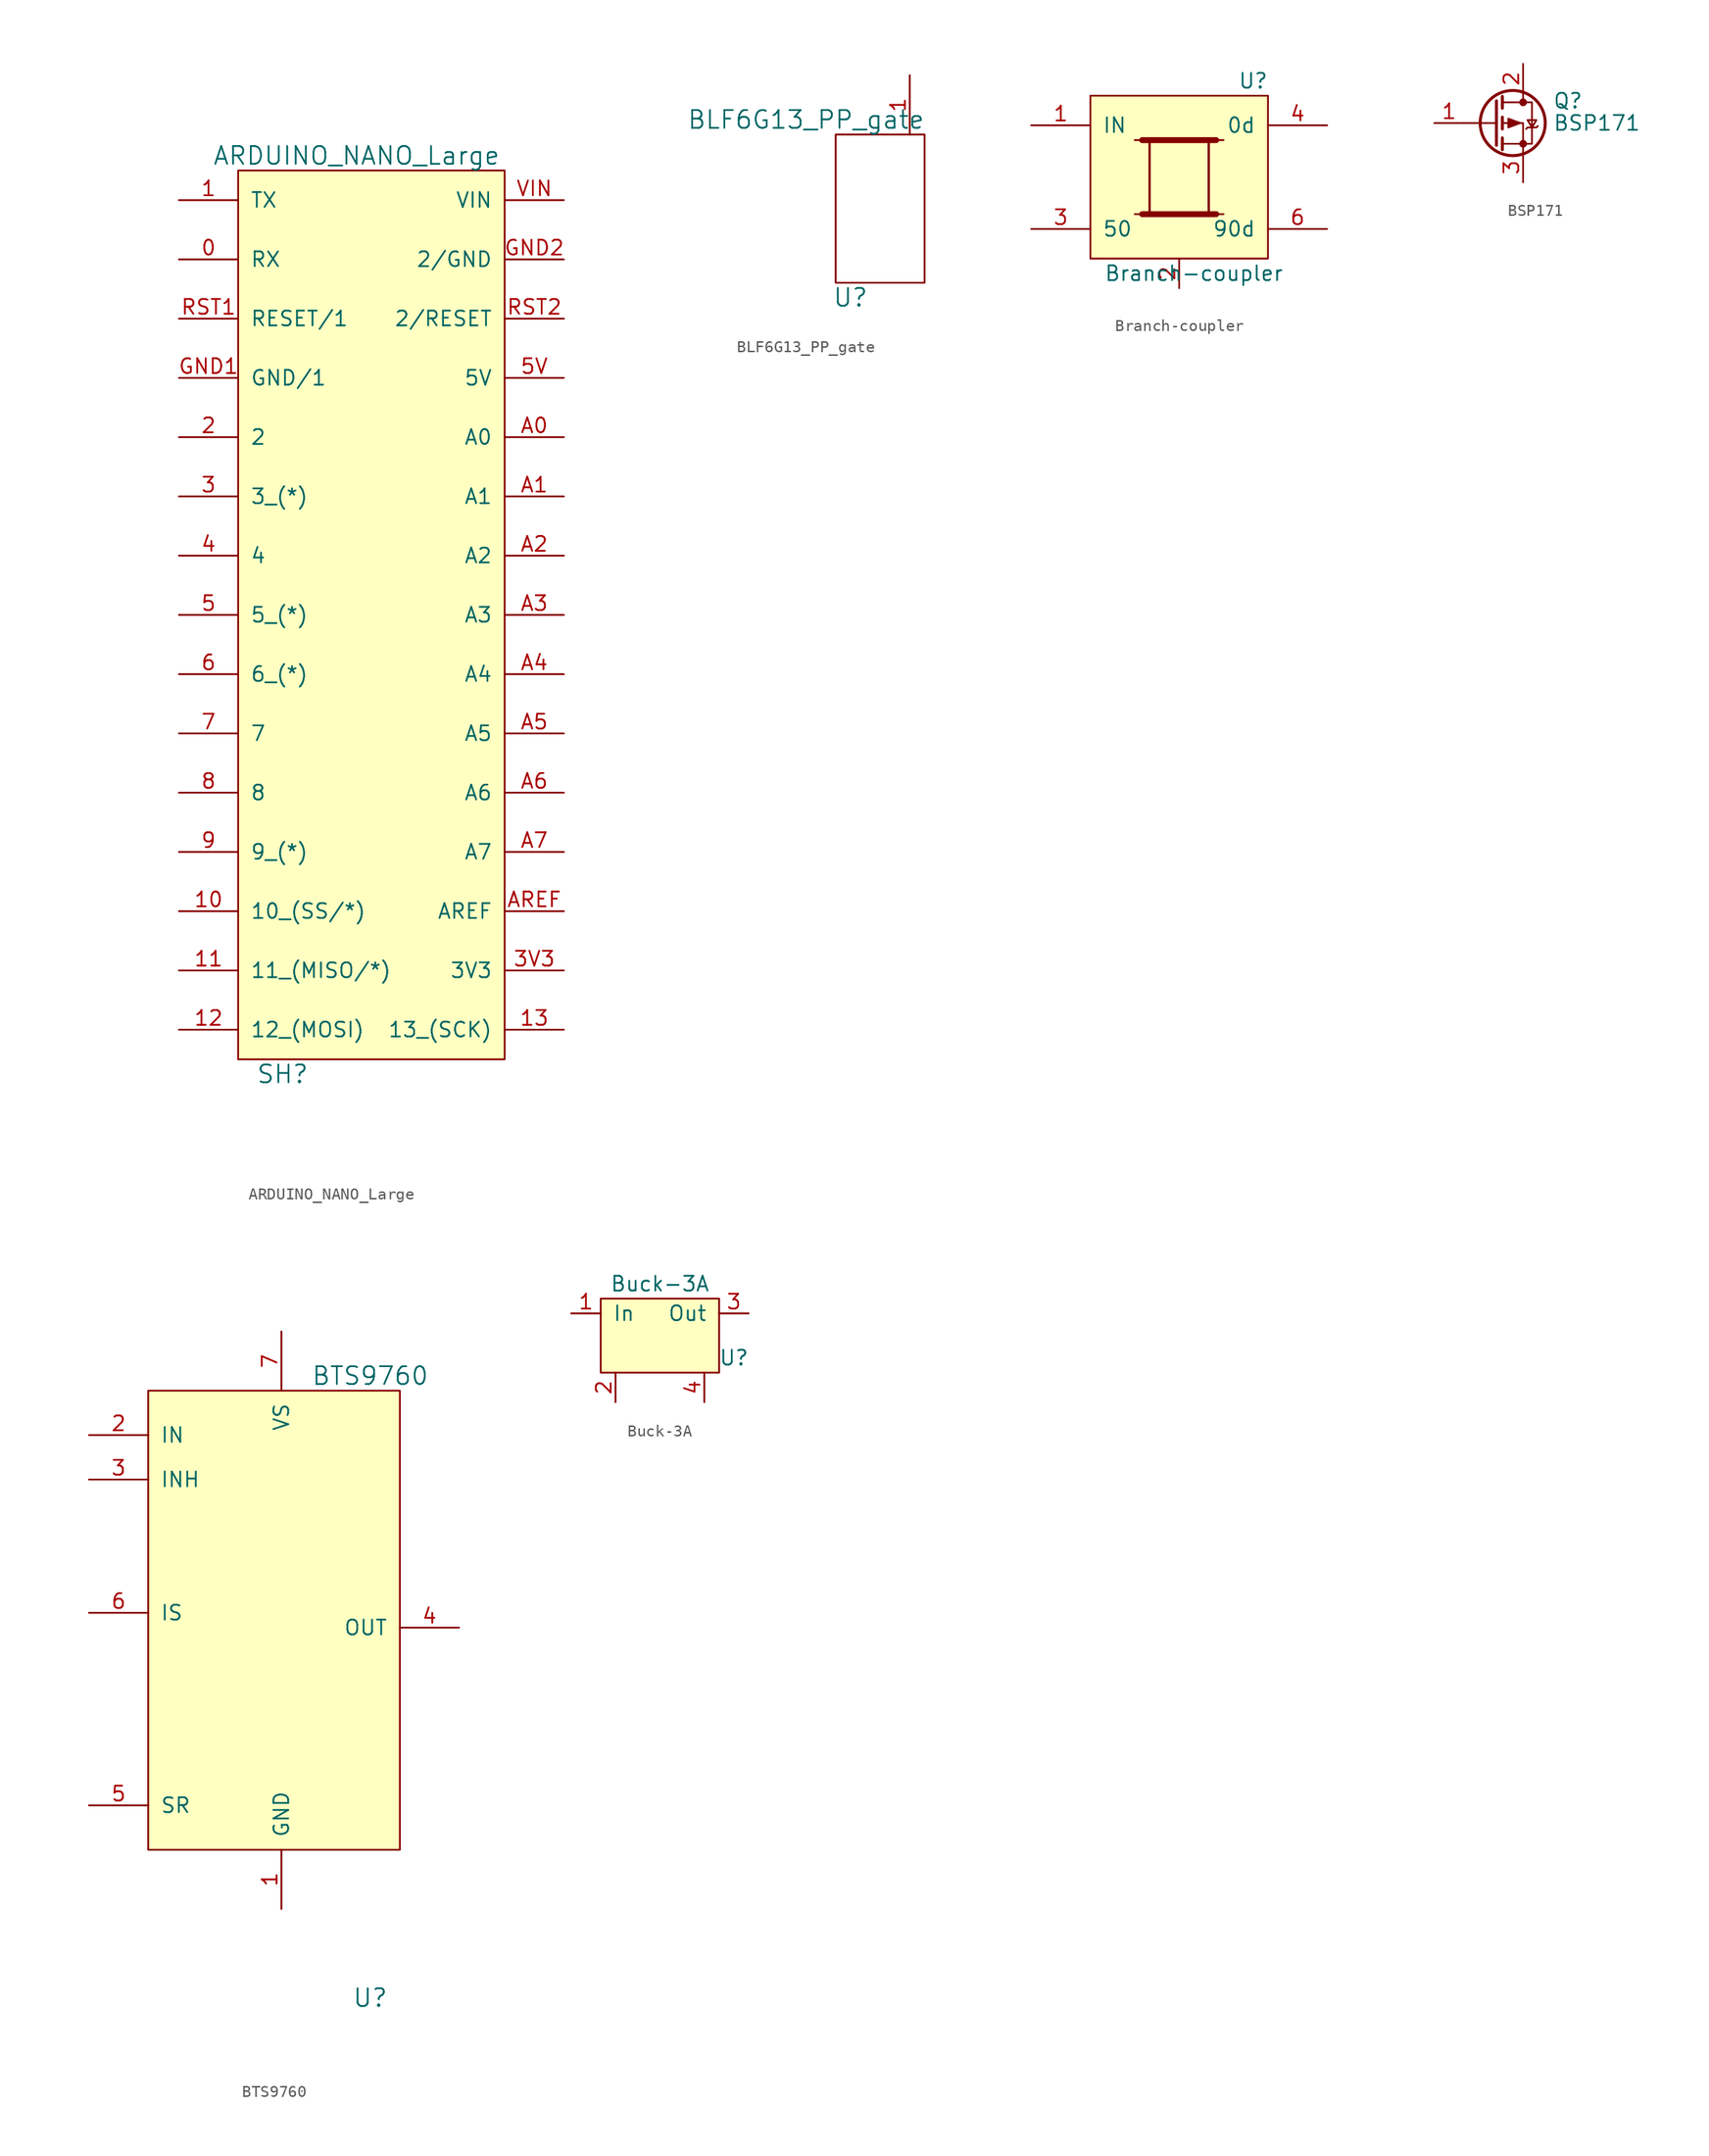
<source format=kicad_sym>
(kicad_symbol_lib
  (version 20211014)
  (generator kicad_symbol_editor)
  (symbol "ARDUINO_NANO_Large"
    (pin_names
      (offset 1.016))
    (property "Reference" "SH"
      (at -7.62 -39.37 0)
      (effects (font (size 1.524 1.524))))
    (property "Value" "ARDUINO_NANO_Large"
      (at -1.27 39.37 0)
      (effects (font (size 1.524 1.524))))
    (property "Footprint" ""
      (at -23.495 -21.59 0)
      (effects (font (size 1.524 1.524))))
    (property "Datasheet" ""
      (at -23.495 -21.59 0)
      (effects (font (size 1.524 1.524))))
    (symbol "ARDUINO_NANO_Large_0_1"
      (rectangle (start -11.43 -38.1) (end 11.43 38.1) (stroke (width 0) (type default) (color 0 0 0 0)) (fill (type background))))
    (symbol "ARDUINO_NANO_Large_1_1"
      (pin input line (at -16.51 30.48 0) (length 5.08) (name "RX" (effects (font (size 1.27 1.27)))) (number "0" (effects (font (size 1.27 1.27)))))
      (pin input line (at -16.51 35.56 0) (length 5.08) (name "TX" (effects (font (size 1.27 1.27)))) (number "1" (effects (font (size 1.27 1.27)))))
      (pin input line (at -16.51 -25.4 0) (length 5.08) (name "10_(SS/*)" (effects (font (size 1.27 1.27)))) (number "10" (effects (font (size 1.27 1.27)))))
      (pin input line (at -16.51 -30.48 0) (length 5.08) (name "11_(MISO/*)" (effects (font (size 1.27 1.27)))) (number "11" (effects (font (size 1.27 1.27)))))
      (pin input line (at -16.51 -35.56 0) (length 5.08) (name "12_(MOSI)" (effects (font (size 1.27 1.27)))) (number "12" (effects (font (size 1.27 1.27)))))
      (pin input line (at 16.51 -35.56 180) (length 5.08) (name "13_(SCK)" (effects (font (size 1.27 1.27)))) (number "13" (effects (font (size 1.27 1.27)))))
      (pin input line (at -16.51 15.24 0) (length 5.08) (name "2" (effects (font (size 1.27 1.27)))) (number "2" (effects (font (size 1.27 1.27)))))
      (pin input line (at -16.51 10.16 0) (length 5.08) (name "3_(*)" (effects (font (size 1.27 1.27)))) (number "3" (effects (font (size 1.27 1.27)))))
      (pin input line (at 16.51 -30.48 180) (length 5.08) (name "3V3" (effects (font (size 1.27 1.27)))) (number "3V3" (effects (font (size 1.27 1.27)))))
      (pin input line (at -16.51 5.08 0) (length 5.08) (name "4" (effects (font (size 1.27 1.27)))) (number "4" (effects (font (size 1.27 1.27)))))
      (pin input line (at -16.51 0 0) (length 5.08) (name "5_(*)" (effects (font (size 1.27 1.27)))) (number "5" (effects (font (size 1.27 1.27)))))
      (pin input line (at 16.51 20.32 180) (length 5.08) (name "5V" (effects (font (size 1.27 1.27)))) (number "5V" (effects (font (size 1.27 1.27)))))
      (pin input line (at -16.51 -5.08 0) (length 5.08) (name "6_(*)" (effects (font (size 1.27 1.27)))) (number "6" (effects (font (size 1.27 1.27)))))
      (pin input line (at -16.51 -10.16 0) (length 5.08) (name "7" (effects (font (size 1.27 1.27)))) (number "7" (effects (font (size 1.27 1.27)))))
      (pin input line (at -16.51 -15.24 0) (length 5.08) (name "8" (effects (font (size 1.27 1.27)))) (number "8" (effects (font (size 1.27 1.27)))))
      (pin input line (at -16.51 -20.32 0) (length 5.08) (name "9_(*)" (effects (font (size 1.27 1.27)))) (number "9" (effects (font (size 1.27 1.27)))))
      (pin input line (at 16.51 15.24 180) (length 5.08) (name "A0" (effects (font (size 1.27 1.27)))) (number "A0" (effects (font (size 1.27 1.27)))))
      (pin input line (at 16.51 10.16 180) (length 5.08) (name "A1" (effects (font (size 1.27 1.27)))) (number "A1" (effects (font (size 1.27 1.27)))))
      (pin input line (at 16.51 5.08 180) (length 5.08) (name "A2" (effects (font (size 1.27 1.27)))) (number "A2" (effects (font (size 1.27 1.27)))))
      (pin input line (at 16.51 0 180) (length 5.08) (name "A3" (effects (font (size 1.27 1.27)))) (number "A3" (effects (font (size 1.27 1.27)))))
      (pin input line (at 16.51 -5.08 180) (length 5.08) (name "A4" (effects (font (size 1.27 1.27)))) (number "A4" (effects (font (size 1.27 1.27)))))
      (pin input line (at 16.51 -10.16 180) (length 5.08) (name "A5" (effects (font (size 1.27 1.27)))) (number "A5" (effects (font (size 1.27 1.27)))))
      (pin input line (at 16.51 -15.24 180) (length 5.08) (name "A6" (effects (font (size 1.27 1.27)))) (number "A6" (effects (font (size 1.27 1.27)))))
      (pin input line (at 16.51 -20.32 180) (length 5.08) (name "A7" (effects (font (size 1.27 1.27)))) (number "A7" (effects (font (size 1.27 1.27)))))
      (pin input line (at 16.51 -25.4 180) (length 5.08) (name "AREF" (effects (font (size 1.27 1.27)))) (number "AREF" (effects (font (size 1.27 1.27)))))
      (pin input line (at -16.51 20.32 0) (length 5.08) (name "GND/1" (effects (font (size 1.27 1.27)))) (number "GND1" (effects (font (size 1.27 1.27)))))
      (pin input line (at 16.51 30.48 180) (length 5.08) (name "2/GND" (effects (font (size 1.27 1.27)))) (number "GND2" (effects (font (size 1.27 1.27)))))
      (pin input line (at -16.51 25.4 0) (length 5.08) (name "RESET/1" (effects (font (size 1.27 1.27)))) (number "RST1" (effects (font (size 1.27 1.27)))))
      (pin input line (at 16.51 25.4 180) (length 5.08) (name "2/RESET" (effects (font (size 1.27 1.27)))) (number "RST2" (effects (font (size 1.27 1.27)))))
      (pin input line (at 16.51 35.56 180) (length 5.08) (name "VIN" (effects (font (size 1.27 1.27)))) (number "VIN" (effects (font (size 1.27 1.27)))))))
  (symbol "BLF6G13_PP_gate"
    (pin_names
      (offset 1.016))
    (property "Reference" "U"
      (at -2.54 -7.62 0)
      (effects (font (size 1.524 1.524))))
    (property "Value" "BLF6G13_PP_gate"
      (at -6.35 7.62 0)
      (effects (font (size 1.524 1.524))))
    (symbol "BLF6G13_PP_gate_0_1"
      (rectangle (start -3.81 6.35) (end 3.81 -6.35) (stroke (width 0) (type default) (color 0 0 0 0)) (fill (type none))))
    (symbol "BLF6G13_PP_gate_1_1"
      (pin input line (at 2.54 11.43 270) (length 5.08) (name "~" (effects (font (size 1.27 1.27)))) (number "1" (effects (font (size 1.27 1.27)))))))
  (symbol "Branch-coupler"
    (pin_names
      (offset 1.016))
    (property "Reference" "U"
      (at 8.89 10.16 0)
      (effects (font (size 1.27 1.27))))
    (property "Value" "Branch-coupler"
      (at 3.81 -6.35 0)
      (effects (font (size 1.27 1.27))))
    (symbol "Branch-coupler_0_1"
      (rectangle (start -5.08 8.89) (end 10.16 -5.08) (stroke (width 0) (type default) (color 0 0 0 0)) (fill (type background)))
      (polyline (pts (xy -1.27 -1.27) (xy 6.35 -1.27)) (stroke (width 0) (type default) (color 0 0 0 0)) (fill (type none)))
      (polyline (pts (xy -1.27 5.08) (xy 6.35 5.08)) (stroke (width 0) (type default) (color 0 0 0 0)) (fill (type none)))
      (polyline (pts (xy -0.635 -1.27) (xy 5.715 -1.27)) (stroke (width 0.508) (type default) (color 0 0 0 0)) (fill (type none)))
      (polyline (pts (xy -0.635 5.08) (xy 5.715 5.08)) (stroke (width 0.508) (type default) (color 0 0 0 0)) (fill (type none)))
      (polyline (pts (xy 0 5.08) (xy 0 -1.27)) (stroke (width 0.203) (type default) (color 0 0 0 0)) (fill (type none)))
      (polyline (pts (xy 5.08 5.08) (xy 5.08 -1.27)) (stroke (width 0.203) (type default) (color 0 0 0 0)) (fill (type none))))
    (symbol "Branch-coupler_1_1"
      (pin input line (at -10.16 6.35 0) (length 5.08) (name "IN" (effects (font (size 1.27 1.27)))) (number "1" (effects (font (size 1.27 1.27)))))
      (pin power_in line (at 2.54 -7.62 90) (length 2.54) (name "~" (effects (font (size 1.27 1.27)))) (number "2" (effects (font (size 1.27 1.27)))))
      (pin input line (at -10.16 -2.54 0) (length 5.08) (name "50" (effects (font (size 1.27 1.27)))) (number "3" (effects (font (size 1.27 1.27)))))
      (pin input line (at 15.24 6.35 180) (length 5.08) (name "0d" (effects (font (size 1.27 1.27)))) (number "4" (effects (font (size 1.27 1.27)))))
      (pin power_in line (at 2.54 -7.62 90) (length 2.54) hide (name "~" (effects (font (size 1.27 1.27)))) (number "5" (effects (font (size 1.27 1.27)))))
      (pin input line (at 15.24 -2.54 180) (length 5.08) (name "90d" (effects (font (size 1.27 1.27)))) (number "6" (effects (font (size 1.27 1.27)))))))
  (symbol "BSP171"
    (pin_names hide)
    (property "Reference" "Q"
      (at 5.08 1.905 0)
      (effects (font (size 1.27 1.27)) (justify left)))
    (property "Value" "BSP171"
      (at 5.08 0 0)
      (effects (font (size 1.27 1.27)) (justify left)))
    (symbol "BSP171_0_1"
      (polyline (pts (xy 0.254 0) (xy -2.54 0)) (stroke (width 0) (type default) (color 0 0 0 0)) (fill (type none)))
      (polyline (pts (xy 0.254 1.905) (xy 0.254 -1.905)) (stroke (width 0.254) (type default) (color 0 0 0 0)) (fill (type none)))
      (polyline (pts (xy 0.762 -1.27) (xy 0.762 -2.286)) (stroke (width 0.254) (type default) (color 0 0 0 0)) (fill (type none)))
      (polyline (pts (xy 0.762 0.508) (xy 0.762 -0.508)) (stroke (width 0.254) (type default) (color 0 0 0 0)) (fill (type none)))
      (polyline (pts (xy 0.762 2.286) (xy 0.762 1.27)) (stroke (width 0.254) (type default) (color 0 0 0 0)) (fill (type none)))
      (polyline (pts (xy 2.54 2.54) (xy 2.54 1.778)) (stroke (width 0) (type default) (color 0 0 0 0)) (fill (type none)))
      (polyline (pts (xy 2.54 -2.54) (xy 2.54 0) (xy 0.762 0)) (stroke (width 0) (type default) (color 0 0 0 0)) (fill (type none)))
      (polyline (pts (xy 0.762 1.778) (xy 3.302 1.778) (xy 3.302 -1.778) (xy 0.762 -1.778)) (stroke (width 0) (type default) (color 0 0 0 0)) (fill (type none)))
      (polyline (pts (xy 2.286 0) (xy 1.27 0.381) (xy 1.27 -0.381) (xy 2.286 0)) (stroke (width 0) (type default) (color 0 0 0 0)) (fill (type outline)))
      (polyline (pts (xy 2.794 -0.508) (xy 2.921 -0.381) (xy 3.683 -0.381) (xy 3.81 -0.254)) (stroke (width 0) (type default) (color 0 0 0 0)) (fill (type none)))
      (polyline (pts (xy 3.302 -0.381) (xy 2.921 0.254) (xy 3.683 0.254) (xy 3.302 -0.381)) (stroke (width 0) (type default) (color 0 0 0 0)) (fill (type none)))
      (circle (center 1.651 0) (radius 2.794) (stroke (width 0.254) (type default) (color 0 0 0 0)) (fill (type none)))
      (circle (center 2.54 -1.778) (radius 0.254) (stroke (width 0) (type default) (color 0 0 0 0)) (fill (type outline)))
      (circle (center 2.54 1.778) (radius 0.254) (stroke (width 0) (type default) (color 0 0 0 0)) (fill (type outline))))
    (symbol "BSP171_1_1"
      (pin input line (at -5.08 0 0) (length 2.54) (name "G" (effects (font (size 1.27 1.27)))) (number "1" (effects (font (size 1.27 1.27)))))
      (pin passive line (at 2.54 5.08 270) (length 2.54) (name "D" (effects (font (size 1.27 1.27)))) (number "2" (effects (font (size 1.27 1.27)))))
      (pin passive line (at 2.54 -5.08 90) (length 2.54) (name "S" (effects (font (size 1.27 1.27)))) (number "3" (effects (font (size 1.27 1.27)))))))
  (symbol "BTS9760"
    (pin_names
      (offset 1.016))
    (property "Reference" "U"
      (at 7.62 -31.75 0)
      (effects (font (size 1.524 1.524))))
    (property "Value" "BTS9760"
      (at 7.62 21.59 0)
      (effects (font (size 1.524 1.524))))
    (symbol "BTS9760_0_1"
      (rectangle (start -11.43 20.32) (end 10.16 -19.05) (stroke (width 0) (type default) (color 0 0 0 0)) (fill (type background))))
    (symbol "BTS9760_1_1"
      (pin power_in line (at 0 -24.13 90) (length 5.08) (name "GND" (effects (font (size 1.27 1.27)))) (number "1" (effects (font (size 1.27 1.27)))))
      (pin input line (at -16.51 16.51 0) (length 5.08) (name "IN" (effects (font (size 1.27 1.27)))) (number "2" (effects (font (size 1.27 1.27)))))
      (pin input line (at -16.51 12.7 0) (length 5.08) (name "INH" (effects (font (size 1.27 1.27)))) (number "3" (effects (font (size 1.27 1.27)))))
      (pin output line (at 15.24 0 180) (length 5.08) (name "OUT" (effects (font (size 1.27 1.27)))) (number "4" (effects (font (size 1.27 1.27)))))
      (pin input line (at -16.51 -15.24 0) (length 5.08) (name "SR" (effects (font (size 1.27 1.27)))) (number "5" (effects (font (size 1.27 1.27)))))
      (pin output line (at -16.51 1.27 0) (length 5.08) (name "IS" (effects (font (size 1.27 1.27)))) (number "6" (effects (font (size 1.27 1.27)))))
      (pin power_in line (at 0 25.4 270) (length 5.08) (name "VS" (effects (font (size 1.27 1.27)))) (number "7" (effects (font (size 1.27 1.27)))))
      (pin output line (at 15.24 0 180) (length 5.08) hide (name "OUT" (effects (font (size 1.27 1.27)))) (number "8" (effects (font (size 1.27 1.27)))))))
  (symbol "Buck-3A"
    (pin_names
      (offset 1.016))
    (property "Reference" "U"
      (at 6.35 -2.54 0)
      (effects (font (size 1.27 1.27))))
    (property "Value" "Buck-3A"
      (at 0 3.81 0)
      (effects (font (size 1.27 1.27))))
    (symbol "Buck-3A_0_1"
      (rectangle (start -5.08 -3.81) (end 5.08 2.54) (stroke (width 0) (type default) (color 0 0 0 0)) (fill (type background))))
    (symbol "Buck-3A_1_1"
      (pin power_in line (at -7.62 1.27 0) (length 2.54) (name "In" (effects (font (size 1.27 1.27)))) (number "1" (effects (font (size 1.27 1.27)))))
      (pin power_in line (at -3.81 -6.35 90) (length 2.54) (name "~" (effects (font (size 1.27 1.27)))) (number "2" (effects (font (size 1.27 1.27)))))
      (pin power_out line (at 7.62 1.27 180) (length 2.54) (name "Out" (effects (font (size 1.27 1.27)))) (number "3" (effects (font (size 1.27 1.27)))))
      (pin power_in line (at 3.81 -6.35 90) (length 2.54) (name "~" (effects (font (size 1.27 1.27)))) (number "4" (effects (font (size 1.27 1.27))))))))
</source>
